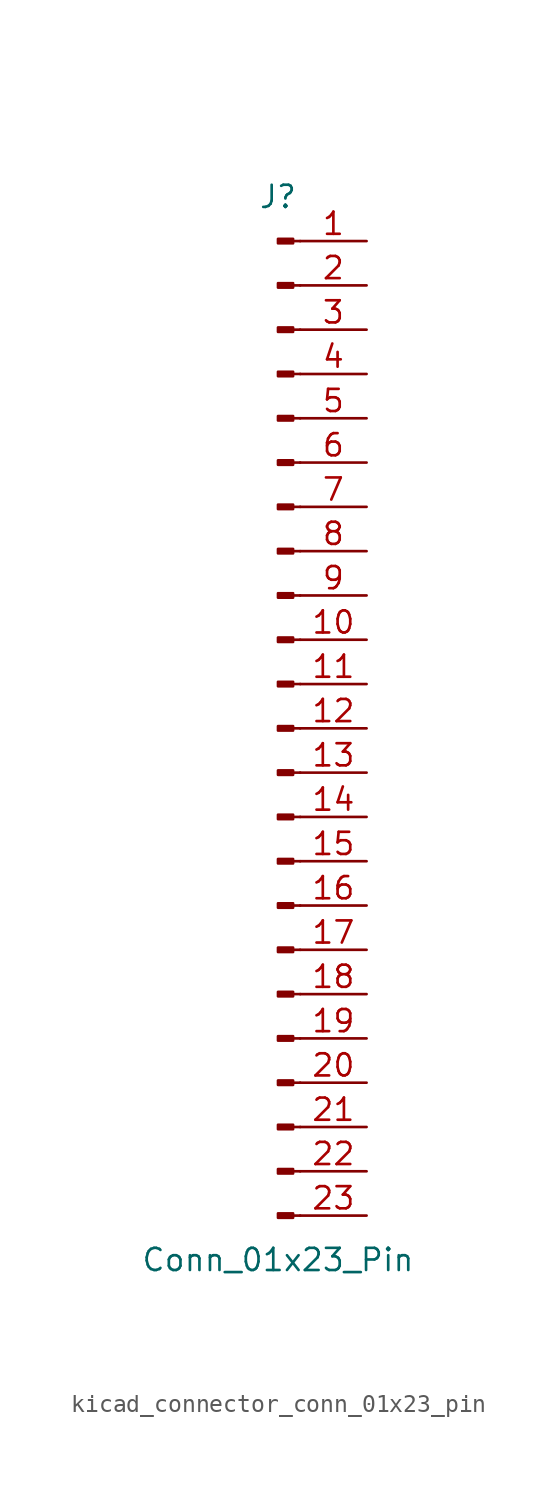
<source format=kicad_sym>
(kicad_symbol_lib
  (version 20220914)
  (generator kicad_symbol_editor)
  (symbol "kicad_connector_conn_01x23_pin"
    (pin_names
      (offset 1.016) hide)
    (property "Reference" "J"
      (at 0 30.48 0)
      (effects (font (size 1.27 1.27))))
    (property "Value" "Conn_01x23_Pin"
      (at 0 -30.48 0)
      (effects (font (size 1.27 1.27))))
    (property "ki_locked" ""
      (at 0 0 0)
      (effects (font (size 1.27 1.27))))
    (symbol "kicad_connector_conn_01x23_pin_1_1"
      (polyline (pts (xy 1.27 -27.94) (xy 0.864 -27.94)) (stroke (width 0.152) (type default)) (fill (type none)))
      (polyline (pts (xy 1.27 -25.4) (xy 0.864 -25.4)) (stroke (width 0.152) (type default)) (fill (type none)))
      (polyline (pts (xy 1.27 -22.86) (xy 0.864 -22.86)) (stroke (width 0.152) (type default)) (fill (type none)))
      (polyline (pts (xy 1.27 -20.32) (xy 0.864 -20.32)) (stroke (width 0.152) (type default)) (fill (type none)))
      (polyline (pts (xy 1.27 -17.78) (xy 0.864 -17.78)) (stroke (width 0.152) (type default)) (fill (type none)))
      (polyline (pts (xy 1.27 -15.24) (xy 0.864 -15.24)) (stroke (width 0.152) (type default)) (fill (type none)))
      (polyline (pts (xy 1.27 -12.7) (xy 0.864 -12.7)) (stroke (width 0.152) (type default)) (fill (type none)))
      (polyline (pts (xy 1.27 -10.16) (xy 0.864 -10.16)) (stroke (width 0.152) (type default)) (fill (type none)))
      (polyline (pts (xy 1.27 -7.62) (xy 0.864 -7.62)) (stroke (width 0.152) (type default)) (fill (type none)))
      (polyline (pts (xy 1.27 -5.08) (xy 0.864 -5.08)) (stroke (width 0.152) (type default)) (fill (type none)))
      (polyline (pts (xy 1.27 -2.54) (xy 0.864 -2.54)) (stroke (width 0.152) (type default)) (fill (type none)))
      (polyline (pts (xy 1.27 0) (xy 0.864 0)) (stroke (width 0.152) (type default)) (fill (type none)))
      (polyline (pts (xy 1.27 2.54) (xy 0.864 2.54)) (stroke (width 0.152) (type default)) (fill (type none)))
      (polyline (pts (xy 1.27 5.08) (xy 0.864 5.08)) (stroke (width 0.152) (type default)) (fill (type none)))
      (polyline (pts (xy 1.27 7.62) (xy 0.864 7.62)) (stroke (width 0.152) (type default)) (fill (type none)))
      (polyline (pts (xy 1.27 10.16) (xy 0.864 10.16)) (stroke (width 0.152) (type default)) (fill (type none)))
      (polyline (pts (xy 1.27 12.7) (xy 0.864 12.7)) (stroke (width 0.152) (type default)) (fill (type none)))
      (polyline (pts (xy 1.27 15.24) (xy 0.864 15.24)) (stroke (width 0.152) (type default)) (fill (type none)))
      (polyline (pts (xy 1.27 17.78) (xy 0.864 17.78)) (stroke (width 0.152) (type default)) (fill (type none)))
      (polyline (pts (xy 1.27 20.32) (xy 0.864 20.32)) (stroke (width 0.152) (type default)) (fill (type none)))
      (polyline (pts (xy 1.27 22.86) (xy 0.864 22.86)) (stroke (width 0.152) (type default)) (fill (type none)))
      (polyline (pts (xy 1.27 25.4) (xy 0.864 25.4)) (stroke (width 0.152) (type default)) (fill (type none)))
      (polyline (pts (xy 1.27 27.94) (xy 0.864 27.94)) (stroke (width 0.152) (type default)) (fill (type none)))
      (rectangle (start 0.864 -27.813) (end 0 -28.067) (stroke (width 0.152) (type default)) (fill (type outline)))
      (rectangle (start 0.864 -25.273) (end 0 -25.527) (stroke (width 0.152) (type default)) (fill (type outline)))
      (rectangle (start 0.864 -22.733) (end 0 -22.987) (stroke (width 0.152) (type default)) (fill (type outline)))
      (rectangle (start 0.864 -20.193) (end 0 -20.447) (stroke (width 0.152) (type default)) (fill (type outline)))
      (rectangle (start 0.864 -17.653) (end 0 -17.907) (stroke (width 0.152) (type default)) (fill (type outline)))
      (rectangle (start 0.864 -15.113) (end 0 -15.367) (stroke (width 0.152) (type default)) (fill (type outline)))
      (rectangle (start 0.864 -12.573) (end 0 -12.827) (stroke (width 0.152) (type default)) (fill (type outline)))
      (rectangle (start 0.864 -10.033) (end 0 -10.287) (stroke (width 0.152) (type default)) (fill (type outline)))
      (rectangle (start 0.864 -7.493) (end 0 -7.747) (stroke (width 0.152) (type default)) (fill (type outline)))
      (rectangle (start 0.864 -4.953) (end 0 -5.207) (stroke (width 0.152) (type default)) (fill (type outline)))
      (rectangle (start 0.864 -2.413) (end 0 -2.667) (stroke (width 0.152) (type default)) (fill (type outline)))
      (rectangle (start 0.864 0.127) (end 0 -0.127) (stroke (width 0.152) (type default)) (fill (type outline)))
      (rectangle (start 0.864 2.667) (end 0 2.413) (stroke (width 0.152) (type default)) (fill (type outline)))
      (rectangle (start 0.864 5.207) (end 0 4.953) (stroke (width 0.152) (type default)) (fill (type outline)))
      (rectangle (start 0.864 7.747) (end 0 7.493) (stroke (width 0.152) (type default)) (fill (type outline)))
      (rectangle (start 0.864 10.287) (end 0 10.033) (stroke (width 0.152) (type default)) (fill (type outline)))
      (rectangle (start 0.864 12.827) (end 0 12.573) (stroke (width 0.152) (type default)) (fill (type outline)))
      (rectangle (start 0.864 15.367) (end 0 15.113) (stroke (width 0.152) (type default)) (fill (type outline)))
      (rectangle (start 0.864 17.907) (end 0 17.653) (stroke (width 0.152) (type default)) (fill (type outline)))
      (rectangle (start 0.864 20.447) (end 0 20.193) (stroke (width 0.152) (type default)) (fill (type outline)))
      (rectangle (start 0.864 22.987) (end 0 22.733) (stroke (width 0.152) (type default)) (fill (type outline)))
      (rectangle (start 0.864 25.527) (end 0 25.273) (stroke (width 0.152) (type default)) (fill (type outline)))
      (rectangle (start 0.864 28.067) (end 0 27.813) (stroke (width 0.152) (type default)) (fill (type outline)))
      (pin passive line (at 5.08 27.94 180) (length 3.81) (name "Pin_1" (effects (font (size 1.27 1.27)))) (number "1" (effects (font (size 1.27 1.27)))))
      (pin passive line (at 5.08 5.08 180) (length 3.81) (name "Pin_10" (effects (font (size 1.27 1.27)))) (number "10" (effects (font (size 1.27 1.27)))))
      (pin passive line (at 5.08 2.54 180) (length 3.81) (name "Pin_11" (effects (font (size 1.27 1.27)))) (number "11" (effects (font (size 1.27 1.27)))))
      (pin passive line (at 5.08 0 180) (length 3.81) (name "Pin_12" (effects (font (size 1.27 1.27)))) (number "12" (effects (font (size 1.27 1.27)))))
      (pin passive line (at 5.08 -2.54 180) (length 3.81) (name "Pin_13" (effects (font (size 1.27 1.27)))) (number "13" (effects (font (size 1.27 1.27)))))
      (pin passive line (at 5.08 -5.08 180) (length 3.81) (name "Pin_14" (effects (font (size 1.27 1.27)))) (number "14" (effects (font (size 1.27 1.27)))))
      (pin passive line (at 5.08 -7.62 180) (length 3.81) (name "Pin_15" (effects (font (size 1.27 1.27)))) (number "15" (effects (font (size 1.27 1.27)))))
      (pin passive line (at 5.08 -10.16 180) (length 3.81) (name "Pin_16" (effects (font (size 1.27 1.27)))) (number "16" (effects (font (size 1.27 1.27)))))
      (pin passive line (at 5.08 -12.7 180) (length 3.81) (name "Pin_17" (effects (font (size 1.27 1.27)))) (number "17" (effects (font (size 1.27 1.27)))))
      (pin passive line (at 5.08 -15.24 180) (length 3.81) (name "Pin_18" (effects (font (size 1.27 1.27)))) (number "18" (effects (font (size 1.27 1.27)))))
      (pin passive line (at 5.08 -17.78 180) (length 3.81) (name "Pin_19" (effects (font (size 1.27 1.27)))) (number "19" (effects (font (size 1.27 1.27)))))
      (pin passive line (at 5.08 25.4 180) (length 3.81) (name "Pin_2" (effects (font (size 1.27 1.27)))) (number "2" (effects (font (size 1.27 1.27)))))
      (pin passive line (at 5.08 -20.32 180) (length 3.81) (name "Pin_20" (effects (font (size 1.27 1.27)))) (number "20" (effects (font (size 1.27 1.27)))))
      (pin passive line (at 5.08 -22.86 180) (length 3.81) (name "Pin_21" (effects (font (size 1.27 1.27)))) (number "21" (effects (font (size 1.27 1.27)))))
      (pin passive line (at 5.08 -25.4 180) (length 3.81) (name "Pin_22" (effects (font (size 1.27 1.27)))) (number "22" (effects (font (size 1.27 1.27)))))
      (pin passive line (at 5.08 -27.94 180) (length 3.81) (name "Pin_23" (effects (font (size 1.27 1.27)))) (number "23" (effects (font (size 1.27 1.27)))))
      (pin passive line (at 5.08 22.86 180) (length 3.81) (name "Pin_3" (effects (font (size 1.27 1.27)))) (number "3" (effects (font (size 1.27 1.27)))))
      (pin passive line (at 5.08 20.32 180) (length 3.81) (name "Pin_4" (effects (font (size 1.27 1.27)))) (number "4" (effects (font (size 1.27 1.27)))))
      (pin passive line (at 5.08 17.78 180) (length 3.81) (name "Pin_5" (effects (font (size 1.27 1.27)))) (number "5" (effects (font (size 1.27 1.27)))))
      (pin passive line (at 5.08 15.24 180) (length 3.81) (name "Pin_6" (effects (font (size 1.27 1.27)))) (number "6" (effects (font (size 1.27 1.27)))))
      (pin passive line (at 5.08 12.7 180) (length 3.81) (name "Pin_7" (effects (font (size 1.27 1.27)))) (number "7" (effects (font (size 1.27 1.27)))))
      (pin passive line (at 5.08 10.16 180) (length 3.81) (name "Pin_8" (effects (font (size 1.27 1.27)))) (number "8" (effects (font (size 1.27 1.27)))))
      (pin passive line (at 5.08 7.62 180) (length 3.81) (name "Pin_9" (effects (font (size 1.27 1.27)))) (number "9" (effects (font (size 1.27 1.27))))))))
</source>
